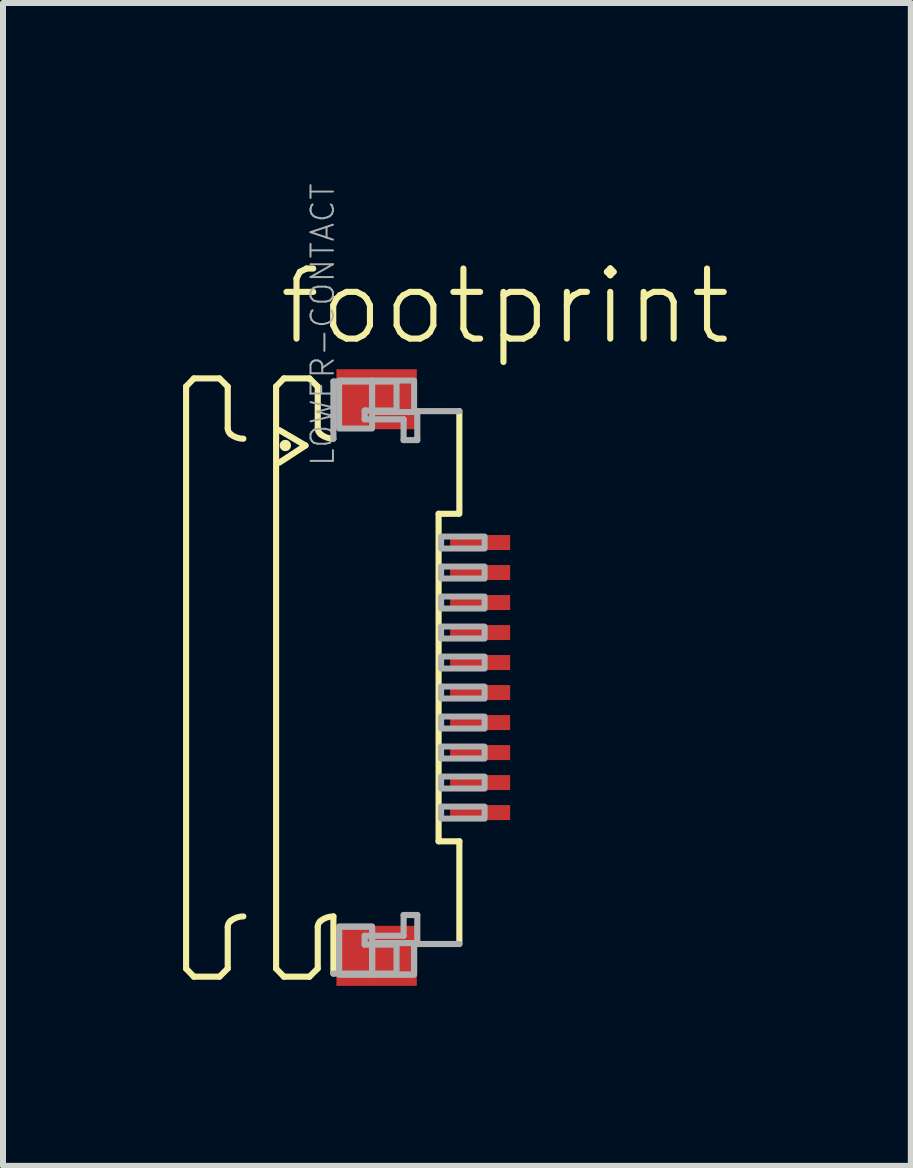
<source format=kicad_pcb>
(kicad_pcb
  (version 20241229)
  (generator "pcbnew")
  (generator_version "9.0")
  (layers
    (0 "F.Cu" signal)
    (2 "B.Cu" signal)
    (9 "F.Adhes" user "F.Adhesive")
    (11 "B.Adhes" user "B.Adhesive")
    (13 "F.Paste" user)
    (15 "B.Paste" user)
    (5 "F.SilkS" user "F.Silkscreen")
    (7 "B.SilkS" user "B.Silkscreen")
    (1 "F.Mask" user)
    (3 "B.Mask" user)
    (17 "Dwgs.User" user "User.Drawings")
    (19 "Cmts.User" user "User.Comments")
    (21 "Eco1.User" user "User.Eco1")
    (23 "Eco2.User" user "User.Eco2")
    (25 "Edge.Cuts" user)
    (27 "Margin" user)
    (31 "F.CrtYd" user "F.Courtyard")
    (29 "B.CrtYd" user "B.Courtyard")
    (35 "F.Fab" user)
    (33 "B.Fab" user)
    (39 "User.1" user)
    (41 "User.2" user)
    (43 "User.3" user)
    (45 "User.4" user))
  (footprint "footprint"
    (layer "F.Cu")
    (at 3.046 8.241)
    (property "Reference" "footprint" (at -1.5 -5.5 0) (layer "F.SilkS") (effects (font (size 1.168 1.168) (thickness 0.102)) (justify left bottom)))
    (fp_poly (pts (xy 1.355 -2.075) (xy 2.455 -2.075) (xy 2.455 -2.425) (xy 1.355 -2.425)) (stroke (width 0) (type solid)) (fill yes) (layer "F.Mask"))
    (fp_poly (pts (xy 1.355 -1.575) (xy 2.455 -1.575) (xy 2.455 -1.925) (xy 1.355 -1.925)) (stroke (width 0) (type solid)) (fill yes) (layer "F.Mask"))
    (fp_poly (pts (xy 1.355 -1.075) (xy 2.455 -1.075) (xy 2.455 -1.425) (xy 1.355 -1.425)) (stroke (width 0) (type solid)) (fill yes) (layer "F.Mask"))
    (fp_poly (pts (xy 1.355 -0.575) (xy 2.455 -0.575) (xy 2.455 -0.925) (xy 1.355 -0.925)) (stroke (width 0) (type solid)) (fill yes) (layer "F.Mask"))
    (fp_poly (pts (xy 1.355 -0.075) (xy 2.455 -0.075) (xy 2.455 -0.425) (xy 1.355 -0.425)) (stroke (width 0) (type solid)) (fill yes) (layer "F.Mask"))
    (fp_poly (pts (xy 1.355 0.425) (xy 2.455 0.425) (xy 2.455 0.075) (xy 1.355 0.075)) (stroke (width 0) (type solid)) (fill yes) (layer "F.Mask"))
    (fp_poly (pts (xy 1.355 0.925) (xy 2.455 0.925) (xy 2.455 0.575) (xy 1.355 0.575)) (stroke (width 0) (type solid)) (fill yes) (layer "F.Mask"))
    (fp_poly (pts (xy 1.355 1.425) (xy 2.455 1.425) (xy 2.455 1.075) (xy 1.355 1.075)) (stroke (width 0) (type solid)) (fill yes) (layer "F.Mask"))
    (fp_poly (pts (xy 1.355 1.925) (xy 2.455 1.925) (xy 2.455 1.575) (xy 1.355 1.575)) (stroke (width 0) (type solid)) (fill yes) (layer "F.Mask"))
    (fp_poly (pts (xy 1.355 2.425) (xy 2.455 2.425) (xy 2.455 2.075) (xy 1.355 2.075)) (stroke (width 0) (type solid)) (fill yes) (layer "F.Mask"))
    (fp_line (start -2.995 -4.85) (end -2.865 -4.985) (stroke (width 0.102) (type solid)) (layer "F.SilkS"))
    (fp_line (start -2.995 4.85) (end -2.995 -4.85) (stroke (width 0.102) (type solid)) (layer "F.SilkS"))
    (fp_line (start -2.995 4.85) (end -2.865 4.985) (stroke (width 0.102) (type solid)) (layer "F.SilkS"))
    (fp_line (start -2.865 -4.985) (end -2.438 -4.985) (stroke (width 0.102) (type solid)) (layer "F.SilkS"))
    (fp_line (start -2.865 4.985) (end -2.438 4.985) (stroke (width 0.102) (type solid)) (layer "F.SilkS"))
    (fp_line (start -2.438 -4.985) (end -2.301 -4.848) (stroke (width 0.102) (type solid)) (layer "F.SilkS"))
    (fp_line (start -2.438 4.985) (end -2.301 4.848) (stroke (width 0.102) (type solid)) (layer "F.SilkS"))
    (fp_line (start -2.301 -4.848) (end -2.301 -4.156) (stroke (width 0.102) (type solid)) (layer "F.SilkS"))
    (fp_line (start -2.301 4.848) (end -2.301 4.156) (stroke (width 0.102) (type solid)) (layer "F.SilkS"))
    (fp_line (start -1.495 -4.85) (end -1.365 -4.985) (stroke (width 0.102) (type solid)) (layer "F.SilkS"))
    (fp_line (start -1.495 4.85) (end -1.495 -4.85) (stroke (width 0.102) (type solid)) (layer "F.SilkS"))
    (fp_line (start -1.495 4.85) (end -1.365 4.985) (stroke (width 0.102) (type solid)) (layer "F.SilkS"))
    (fp_line (start -1.441 -4.123) (end -1.005 -3.867) (stroke (width 0.102) (type solid)) (layer "F.SilkS"))
    (fp_line (start -1.365 -4.985) (end -0.939 -4.985) (stroke (width 0.102) (type solid)) (layer "F.SilkS"))
    (fp_line (start -1.365 4.985) (end -0.939 4.985) (stroke (width 0.102) (type solid)) (layer "F.SilkS"))
    (fp_line (start -1.005 -3.867) (end -1.441 -3.582) (stroke (width 0.102) (type solid)) (layer "F.SilkS"))
    (fp_line (start -0.939 -4.985) (end -0.801 -4.848) (stroke (width 0.102) (type solid)) (layer "F.SilkS"))
    (fp_line (start -0.939 4.985) (end -0.801 4.848) (stroke (width 0.102) (type solid)) (layer "F.SilkS"))
    (fp_line (start -0.801 -4.848) (end -0.801 -4.156) (stroke (width 0.102) (type solid)) (layer "F.SilkS"))
    (fp_line (start -0.801 4.848) (end -0.801 4.156) (stroke (width 0.102) (type solid)) (layer "F.SilkS"))
    (fp_line (start -0.54 3.98) (end -0.54 4.933) (stroke (width 0.102) (type solid)) (layer "F.SilkS"))
    (fp_line (start 1.213 2.729) (end 1.213 -2.729) (stroke (width 0.102) (type solid)) (layer "F.SilkS"))
    (fp_line (start 1.538 -2.729) (end 1.213 -2.729) (stroke (width 0.102) (type solid)) (layer "F.SilkS"))
    (fp_line (start 1.559 -4.44) (end 1.559 -2.729) (stroke (width 0.102) (type solid)) (layer "F.SilkS"))
    (fp_line (start 1.559 2.729) (end 1.213 2.729) (stroke (width 0.102) (type solid)) (layer "F.SilkS"))
    (fp_line (start 1.559 4.44) (end 1.559 2.729) (stroke (width 0.102) (type solid)) (layer "F.SilkS"))
    (fp_arc (start -2.301 4.1557) (mid -2.288538 4.100596) (end -2.2536 4.056199) (stroke (width 0.1016) (type solid)) (layer "F.SilkS"))
    (fp_arc (start -2.2536 -4.056199) (mid -2.288538 -4.100596) (end -2.301 -4.1557) (stroke (width 0.1016) (type solid)) (layer "F.SilkS"))
    (fp_arc (start -2.2536 4.0562) (mid -2.153476 3.999935) (end -2.0403 3.980399) (stroke (width 0.1016) (type solid)) (layer "F.SilkS"))
    (fp_arc (start -2.0403 -3.980399) (mid -2.153476 -3.999935) (end -2.2536 -4.0562) (stroke (width 0.1016) (type solid)) (layer "F.SilkS"))
    (fp_arc (start -0.801 4.1557) (mid -0.788538 4.100596) (end -0.7536 4.056199) (stroke (width 0.1016) (type solid)) (layer "F.SilkS"))
    (fp_arc (start -0.7536 -4.056199) (mid -0.788538 -4.100596) (end -0.801 -4.1557) (stroke (width 0.1016) (type solid)) (layer "F.SilkS"))
    (fp_arc (start -0.7536 4.0562) (mid -0.653476 3.999935) (end -0.5403 3.980399) (stroke (width 0.1016) (type solid)) (layer "F.SilkS"))
    (fp_arc (start -0.5403 -3.980399) (mid -0.653476 -3.999935) (end -0.7536 -4.0562) (stroke (width 0.1016) (type solid)) (layer "F.SilkS"))
    (fp_circle (center -1.341 -3.867) (end -1.294 -3.867) (stroke (width 0.095) (type solid)) (fill yes) (layer "F.SilkS"))
    (fp_line (start -0.54 -4.933) (end 0.512 -4.933) (stroke (width 0.102) (type solid)) (layer "F.Fab"))
    (fp_line (start -0.54 -3.98) (end -0.54 -4.933) (stroke (width 0.102) (type solid)) (layer "F.Fab"))
    (fp_line (start -0.54 4.933) (end 0.512 4.933) (stroke (width 0.102) (type solid)) (layer "F.Fab"))
    (fp_line (start -0.019 -4.45) (end -0.019 -4.303) (stroke (width 0.102) (type solid)) (layer "F.Fab"))
    (fp_line (start -0.019 -4.303) (end 0.63 -4.303) (stroke (width 0.102) (type solid)) (layer "F.Fab"))
    (fp_line (start -0.019 4.303) (end 0.63 4.303) (stroke (width 0.102) (type solid)) (layer "F.Fab"))
    (fp_line (start -0.019 4.45) (end -0.019 4.303) (stroke (width 0.102) (type solid)) (layer "F.Fab"))
    (fp_line (start 0.512 -4.933) (end 0.512 -4.45) (stroke (width 0.102) (type solid)) (layer "F.Fab"))
    (fp_line (start 0.512 -4.45) (end -0.019 -4.45) (stroke (width 0.102) (type solid)) (layer "F.Fab"))
    (fp_line (start 0.512 4.45) (end -0.019 4.45) (stroke (width 0.102) (type solid)) (layer "F.Fab"))
    (fp_line (start 0.512 4.933) (end 0.512 4.45) (stroke (width 0.102) (type solid)) (layer "F.Fab"))
    (fp_line (start 0.63 -4.303) (end 0.63 -3.957) (stroke (width 0.102) (type solid)) (layer "F.Fab"))
    (fp_line (start 0.63 -3.957) (end 0.858 -3.957) (stroke (width 0.102) (type solid)) (layer "F.Fab"))
    (fp_line (start 0.63 3.957) (end 0.858 3.957) (stroke (width 0.102) (type solid)) (layer "F.Fab"))
    (fp_line (start 0.63 4.303) (end 0.63 3.957) (stroke (width 0.102) (type solid)) (layer "F.Fab"))
    (fp_line (start 0.858 -4.44) (end 1.559 -4.44) (stroke (width 0.102) (type solid)) (layer "F.Fab"))
    (fp_line (start 0.858 -3.957) (end 0.858 -4.44) (stroke (width 0.102) (type solid)) (layer "F.Fab"))
    (fp_line (start 0.858 3.957) (end 0.858 4.44) (stroke (width 0.102) (type solid)) (layer "F.Fab"))
    (fp_line (start 0.858 4.44) (end 1.559 4.44) (stroke (width 0.102) (type solid)) (layer "F.Fab"))
    (fp_poly (pts (xy -0.445 -4.15) (xy 0.105 -4.15) (xy 0.105 -4.95) (xy -0.445 -4.95)) (stroke (width 0.1) (type solid)) (fill no) (layer "F.Fab"))
    (fp_poly (pts (xy -0.445 4.95) (xy 0.105 4.95) (xy 0.105 4.15) (xy -0.445 4.15)) (stroke (width 0.1) (type solid)) (fill no) (layer "F.Fab"))
    (fp_poly (pts (xy -0.445 4.95) (xy 0.105 4.95) (xy 0.105 4.15) (xy -0.445 4.15)) (stroke (width 0.1) (type solid)) (fill no) (layer "F.Fab"))
    (fp_poly (pts (xy 0.105 -4.425) (xy 0.805 -4.425) (xy 0.805 -4.95) (xy 0.105 -4.95)) (stroke (width 0.1) (type solid)) (fill no) (layer "F.Fab"))
    (fp_poly (pts (xy 0.105 4.95) (xy 0.805 4.95) (xy 0.805 4.425) (xy 0.105 4.425)) (stroke (width 0.1) (type solid)) (fill no) (layer "F.Fab"))
    (fp_poly (pts (xy 0.105 4.95) (xy 0.805 4.95) (xy 0.805 4.425) (xy 0.105 4.425)) (stroke (width 0.1) (type solid)) (fill no) (layer "F.Fab"))
    (fp_poly (pts (xy 1.255 -2.15) (xy 1.98 -2.15) (xy 1.98 -2.35) (xy 1.255 -2.35)) (stroke (width 0.1) (type solid)) (fill no) (layer "F.Fab"))
    (fp_poly (pts (xy 1.255 -1.65) (xy 1.98 -1.65) (xy 1.98 -1.85) (xy 1.255 -1.85)) (stroke (width 0.1) (type solid)) (fill no) (layer "F.Fab"))
    (fp_poly (pts (xy 1.255 -1.15) (xy 1.98 -1.15) (xy 1.98 -1.35) (xy 1.255 -1.35)) (stroke (width 0.1) (type solid)) (fill no) (layer "F.Fab"))
    (fp_poly (pts (xy 1.255 -0.65) (xy 1.98 -0.65) (xy 1.98 -0.85) (xy 1.255 -0.85)) (stroke (width 0.1) (type solid)) (fill no) (layer "F.Fab"))
    (fp_poly (pts (xy 1.255 -0.15) (xy 1.98 -0.15) (xy 1.98 -0.35) (xy 1.255 -0.35)) (stroke (width 0.1) (type solid)) (fill no) (layer "F.Fab"))
    (fp_poly (pts (xy 1.255 0.35) (xy 1.98 0.35) (xy 1.98 0.15) (xy 1.255 0.15)) (stroke (width 0.1) (type solid)) (fill no) (layer "F.Fab"))
    (fp_poly (pts (xy 1.255 0.85) (xy 1.98 0.85) (xy 1.98 0.65) (xy 1.255 0.65)) (stroke (width 0.1) (type solid)) (fill no) (layer "F.Fab"))
    (fp_poly (pts (xy 1.255 1.35) (xy 1.98 1.35) (xy 1.98 1.15) (xy 1.255 1.15)) (stroke (width 0.1) (type solid)) (fill no) (layer "F.Fab"))
    (fp_poly (pts (xy 1.255 1.85) (xy 1.98 1.85) (xy 1.98 1.65) (xy 1.255 1.65)) (stroke (width 0.1) (type solid)) (fill no) (layer "F.Fab"))
    (fp_poly (pts (xy 1.255 2.35) (xy 1.98 2.35) (xy 1.98 2.15) (xy 1.255 2.15)) (stroke (width 0.1) (type solid)) (fill no) (layer "F.Fab"))
    (fp_text user "LOWER-CONTACT" (at -0.5 -3.5 270) (layer "F.Fab") (effects (font (size 0.374 0.374) (thickness 0.033)) (justify left bottom)))
    (pad "1" smd rect (at 1.905 -2.25) (size 1 0.25) (layers "F.Cu" "F.Paste"))
    (pad "2" smd rect (at 1.905 -1.75) (size 1 0.25) (layers "F.Cu" "F.Paste"))
    (pad "3" smd rect (at 1.905 -1.25) (size 1 0.25) (layers "F.Cu" "F.Paste"))
    (pad "4" smd rect (at 1.905 -0.75) (size 1 0.25) (layers "F.Cu" "F.Paste"))
    (pad "5" smd rect (at 1.905 -0.25) (size 1 0.25) (layers "F.Cu" "F.Paste"))
    (pad "6" smd rect (at 1.905 0.25) (size 1 0.25) (layers "F.Cu" "F.Paste"))
    (pad "7" smd rect (at 1.905 0.75) (size 1 0.25) (layers "F.Cu" "F.Paste"))
    (pad "8" smd rect (at 1.905 1.25) (size 1 0.25) (layers "F.Cu" "F.Paste"))
    (pad "9" smd rect (at 1.905 1.75) (size 1 0.25) (layers "F.Cu" "F.Paste"))
    (pad "10" smd rect (at 1.905 2.25) (size 1 0.25) (layers "F.Cu" "F.Paste"))
    (pad "M1" smd rect (at 0.18 -4.638) (size 1.34 1) (layers "F.Cu" "F.Mask" "F.Paste"))
    (pad "M2" smd rect (at 0.18 4.638) (size 1.34 1) (layers "F.Cu" "F.Mask" "F.Paste")))
  (gr_rect
    (start -3 -3)
    (end 12.128 16.378)
    (stroke (width 0.1) (type default))
    (fill no)
    (layer "Edge.Cuts")))
</source>
